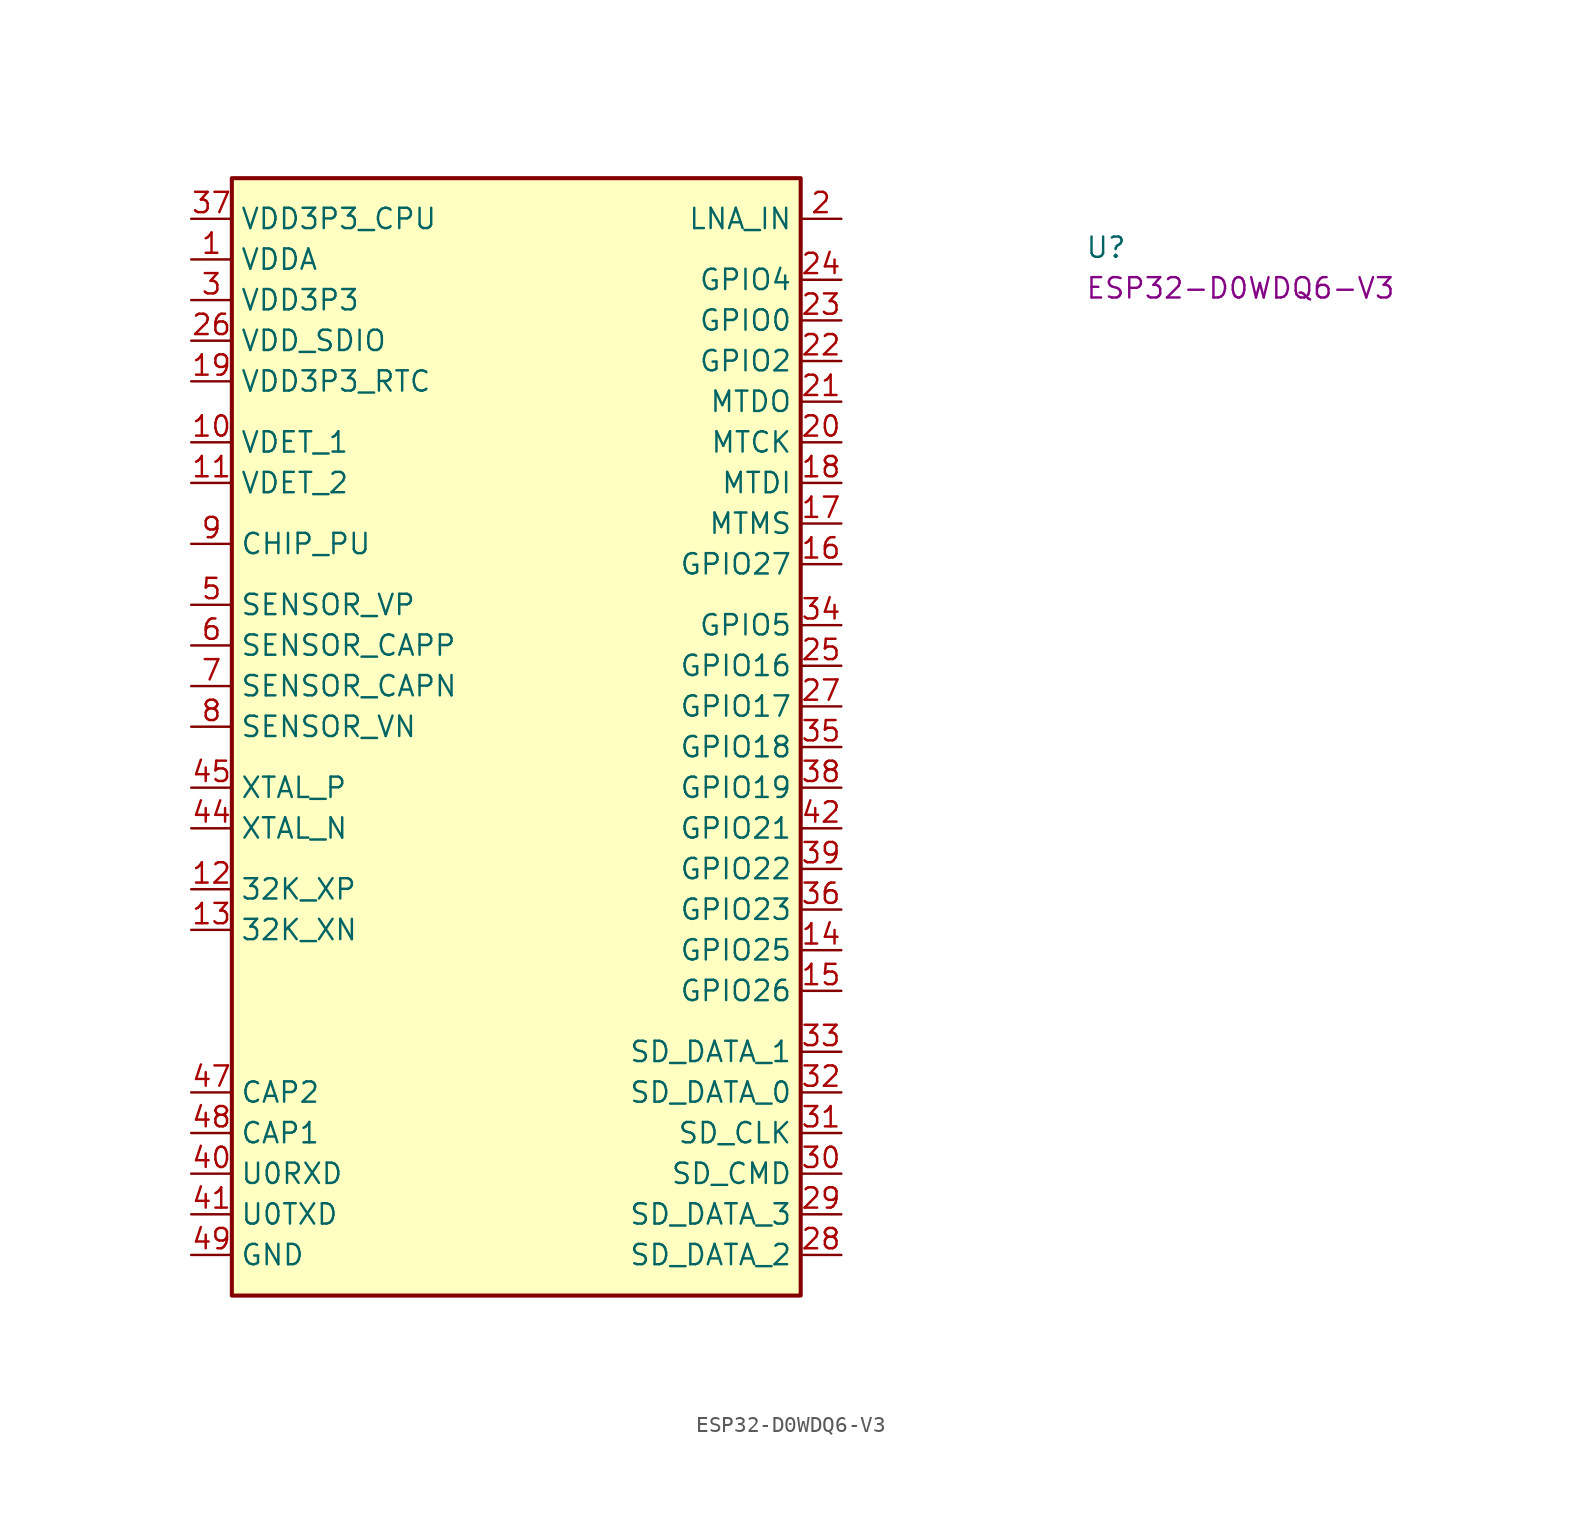
<source format=kicad_sym>
(kicad_symbol_lib
  (version 20231120)
  (generator "kicad_symbol_editor")
  (generator_version "8.0")
  (symbol "ESP32-D0WDQ6-V3"
    (pin_names)
    (property "Reference" "U"
      (at 55.88 -2.54 0)
      (effects (font (size 1.27 1.27) (thickness 0.15) (bold no) (italic no)) (justify left bottom)))
    (property "MPN" "ESP32-D0WDQ6-V3"
      (at 55.88 -5.08 0)
      (effects (font (size 1.27 1.27) (thickness 0.15) (bold no) (italic no)) (justify left bottom)))
    (symbol "ESP32-D0WDQ6-V3_1_1"
      (rectangle (start 2.54 2.54) (end 38.1 -67.31) (stroke (width 0.254) (type default)) (fill (type background)))
      (pin passive line (at 0 -2.54 0) (length 2.54) (name "VDDA" (effects (font (size 1.27 1.27) (thickness 0.15)))) (number "1" (effects (font (size 1.27 1.27) (thickness 0.15)))))
      (pin passive line (at 0 -13.97 0) (length 2.54) (name "VDET_1" (effects (font (size 1.27 1.27) (thickness 0.15)))) (number "10" (effects (font (size 1.27 1.27) (thickness 0.15)))))
      (pin passive line (at 0 -16.51 0) (length 2.54) (name "VDET_2" (effects (font (size 1.27 1.27) (thickness 0.15)))) (number "11" (effects (font (size 1.27 1.27) (thickness 0.15)))))
      (pin passive line (at 0 -41.91 0) (length 2.54) (name "32K_XP" (effects (font (size 1.27 1.27) (thickness 0.15)))) (number "12" (effects (font (size 1.27 1.27) (thickness 0.15)))))
      (pin passive line (at 0 -44.45 0) (length 2.54) (name "32K_XN" (effects (font (size 1.27 1.27) (thickness 0.15)))) (number "13" (effects (font (size 1.27 1.27) (thickness 0.15)))))
      (pin passive line (at 40.64 -45.72 180) (length 2.54) (name "GPIO25" (effects (font (size 1.27 1.27) (thickness 0.15)))) (number "14" (effects (font (size 1.27 1.27) (thickness 0.15)))))
      (pin passive line (at 40.64 -48.26 180) (length 2.54) (name "GPIO26" (effects (font (size 1.27 1.27) (thickness 0.15)))) (number "15" (effects (font (size 1.27 1.27) (thickness 0.15)))))
      (pin passive line (at 40.64 -21.59 180) (length 2.54) (name "GPIO27" (effects (font (size 1.27 1.27) (thickness 0.15)))) (number "16" (effects (font (size 1.27 1.27) (thickness 0.15)))))
      (pin passive line (at 40.64 -19.05 180) (length 2.54) (name "MTMS" (effects (font (size 1.27 1.27) (thickness 0.15)))) (number "17" (effects (font (size 1.27 1.27) (thickness 0.15)))))
      (pin passive line (at 40.64 -16.51 180) (length 2.54) (name "MTDI" (effects (font (size 1.27 1.27) (thickness 0.15)))) (number "18" (effects (font (size 1.27 1.27) (thickness 0.15)))))
      (pin passive line (at 0 -10.16 0) (length 2.54) (name "VDD3P3_RTC" (effects (font (size 1.27 1.27) (thickness 0.15)))) (number "19" (effects (font (size 1.27 1.27) (thickness 0.15)))))
      (pin passive line (at 40.64 0 180) (length 2.54) (name "LNA_IN" (effects (font (size 1.27 1.27) (thickness 0.15)))) (number "2" (effects (font (size 1.27 1.27) (thickness 0.15)))))
      (pin passive line (at 40.64 -13.97 180) (length 2.54) (name "MTCK" (effects (font (size 1.27 1.27) (thickness 0.15)))) (number "20" (effects (font (size 1.27 1.27) (thickness 0.15)))))
      (pin passive line (at 40.64 -11.43 180) (length 2.54) (name "MTDO" (effects (font (size 1.27 1.27) (thickness 0.15)))) (number "21" (effects (font (size 1.27 1.27) (thickness 0.15)))))
      (pin passive line (at 40.64 -8.89 180) (length 2.54) (name "GPIO2" (effects (font (size 1.27 1.27) (thickness 0.15)))) (number "22" (effects (font (size 1.27 1.27) (thickness 0.15)))))
      (pin passive line (at 40.64 -6.35 180) (length 2.54) (name "GPIO0" (effects (font (size 1.27 1.27) (thickness 0.15)))) (number "23" (effects (font (size 1.27 1.27) (thickness 0.15)))))
      (pin passive line (at 40.64 -3.81 180) (length 2.54) (name "GPIO4" (effects (font (size 1.27 1.27) (thickness 0.15)))) (number "24" (effects (font (size 1.27 1.27) (thickness 0.15)))))
      (pin passive line (at 40.64 -27.94 180) (length 2.54) (name "GPIO16" (effects (font (size 1.27 1.27) (thickness 0.15)))) (number "25" (effects (font (size 1.27 1.27) (thickness 0.15)))))
      (pin passive line (at 0 -7.62 0) (length 2.54) (name "VDD_SDIO" (effects (font (size 1.27 1.27) (thickness 0.15)))) (number "26" (effects (font (size 1.27 1.27) (thickness 0.15)))))
      (pin passive line (at 40.64 -30.48 180) (length 2.54) (name "GPIO17" (effects (font (size 1.27 1.27) (thickness 0.15)))) (number "27" (effects (font (size 1.27 1.27) (thickness 0.15)))))
      (pin passive line (at 40.64 -64.77 180) (length 2.54) (name "SD_DATA_2" (effects (font (size 1.27 1.27) (thickness 0.15)))) (number "28" (effects (font (size 1.27 1.27) (thickness 0.15)))))
      (pin passive line (at 40.64 -62.23 180) (length 2.54) (name "SD_DATA_3" (effects (font (size 1.27 1.27) (thickness 0.15)))) (number "29" (effects (font (size 1.27 1.27) (thickness 0.15)))))
      (pin passive line (at 0 -5.08 0) (length 2.54) (name "VDD3P3" (effects (font (size 1.27 1.27) (thickness 0.15)))) (number "3" (effects (font (size 1.27 1.27) (thickness 0.15)))))
      (pin passive line (at 40.64 -59.69 180) (length 2.54) (name "SD_CMD" (effects (font (size 1.27 1.27) (thickness 0.15)))) (number "30" (effects (font (size 1.27 1.27) (thickness 0.15)))))
      (pin passive line (at 40.64 -57.15 180) (length 2.54) (name "SD_CLK" (effects (font (size 1.27 1.27) (thickness 0.15)))) (number "31" (effects (font (size 1.27 1.27) (thickness 0.15)))))
      (pin passive line (at 40.64 -54.61 180) (length 2.54) (name "SD_DATA_0" (effects (font (size 1.27 1.27) (thickness 0.15)))) (number "32" (effects (font (size 1.27 1.27) (thickness 0.15)))))
      (pin passive line (at 40.64 -52.07 180) (length 2.54) (name "SD_DATA_1" (effects (font (size 1.27 1.27) (thickness 0.15)))) (number "33" (effects (font (size 1.27 1.27) (thickness 0.15)))))
      (pin passive line (at 40.64 -25.4 180) (length 2.54) (name "GPIO5" (effects (font (size 1.27 1.27) (thickness 0.15)))) (number "34" (effects (font (size 1.27 1.27) (thickness 0.15)))))
      (pin passive line (at 40.64 -33.02 180) (length 2.54) (name "GPIO18" (effects (font (size 1.27 1.27) (thickness 0.15)))) (number "35" (effects (font (size 1.27 1.27) (thickness 0.15)))))
      (pin passive line (at 40.64 -43.18 180) (length 2.54) (name "GPIO23" (effects (font (size 1.27 1.27) (thickness 0.15)))) (number "36" (effects (font (size 1.27 1.27) (thickness 0.15)))))
      (pin passive line (at 0 0 0) (length 2.54) (name "VDD3P3_CPU" (effects (font (size 1.27 1.27) (thickness 0.15)))) (number "37" (effects (font (size 1.27 1.27) (thickness 0.15)))))
      (pin passive line (at 40.64 -35.56 180) (length 2.54) (name "GPIO19" (effects (font (size 1.27 1.27) (thickness 0.15)))) (number "38" (effects (font (size 1.27 1.27) (thickness 0.15)))))
      (pin passive line (at 40.64 -40.64 180) (length 2.54) (name "GPIO22" (effects (font (size 1.27 1.27) (thickness 0.15)))) (number "39" (effects (font (size 1.27 1.27) (thickness 0.15)))))
      (pin passive line (at 0 -5.08 0) (length 2.54) hide (name "VDD3P3" (effects (font (size 1.27 1.27) (thickness 0.15)))) (number "4" (effects (font (size 1.27 1.27) (thickness 0.15)))))
      (pin passive line (at 0 -59.69 0) (length 2.54) (name "U0RXD" (effects (font (size 1.27 1.27) (thickness 0.15)))) (number "40" (effects (font (size 1.27 1.27) (thickness 0.15)))))
      (pin passive line (at 0 -62.23 0) (length 2.54) (name "U0TXD" (effects (font (size 1.27 1.27) (thickness 0.15)))) (number "41" (effects (font (size 1.27 1.27) (thickness 0.15)))))
      (pin passive line (at 40.64 -38.1 180) (length 2.54) (name "GPIO21" (effects (font (size 1.27 1.27) (thickness 0.15)))) (number "42" (effects (font (size 1.27 1.27) (thickness 0.15)))))
      (pin passive line (at 0 -2.54 0) (length 2.54) hide (name "VDDA" (effects (font (size 1.27 1.27) (thickness 0.15)))) (number "43" (effects (font (size 1.27 1.27) (thickness 0.15)))))
      (pin passive line (at 0 -38.1 0) (length 2.54) (name "XTAL_N" (effects (font (size 1.27 1.27) (thickness 0.15)))) (number "44" (effects (font (size 1.27 1.27) (thickness 0.15)))))
      (pin passive line (at 0 -35.56 0) (length 2.54) (name "XTAL_P" (effects (font (size 1.27 1.27) (thickness 0.15)))) (number "45" (effects (font (size 1.27 1.27) (thickness 0.15)))))
      (pin passive line (at 0 -2.54 0) (length 2.54) hide (name "VDDA" (effects (font (size 1.27 1.27) (thickness 0.15)))) (number "46" (effects (font (size 1.27 1.27) (thickness 0.15)))))
      (pin passive line (at 0 -54.61 0) (length 2.54) (name "CAP2" (effects (font (size 1.27 1.27) (thickness 0.15)))) (number "47" (effects (font (size 1.27 1.27) (thickness 0.15)))))
      (pin passive line (at 0 -57.15 0) (length 2.54) (name "CAP1" (effects (font (size 1.27 1.27) (thickness 0.15)))) (number "48" (effects (font (size 1.27 1.27) (thickness 0.15)))))
      (pin passive line (at 0 -64.77 0) (length 2.54) (name "GND" (effects (font (size 1.27 1.27) (thickness 0.15)))) (number "49" (effects (font (size 1.27 1.27) (thickness 0.15)))))
      (pin passive line (at 0 -24.13 0) (length 2.54) (name "SENSOR_VP" (effects (font (size 1.27 1.27) (thickness 0.15)))) (number "5" (effects (font (size 1.27 1.27) (thickness 0.15)))))
      (pin passive line (at 0 -26.67 0) (length 2.54) (name "SENSOR_CAPP" (effects (font (size 1.27 1.27) (thickness 0.15)))) (number "6" (effects (font (size 1.27 1.27) (thickness 0.15)))))
      (pin passive line (at 0 -29.21 0) (length 2.54) (name "SENSOR_CAPN" (effects (font (size 1.27 1.27) (thickness 0.15)))) (number "7" (effects (font (size 1.27 1.27) (thickness 0.15)))))
      (pin passive line (at 0 -31.75 0) (length 2.54) (name "SENSOR_VN" (effects (font (size 1.27 1.27) (thickness 0.15)))) (number "8" (effects (font (size 1.27 1.27) (thickness 0.15)))))
      (pin passive line (at 0 -20.32 0) (length 2.54) (name "CHIP_PU" (effects (font (size 1.27 1.27) (thickness 0.15)))) (number "9" (effects (font (size 1.27 1.27) (thickness 0.15))))))))
</source>
